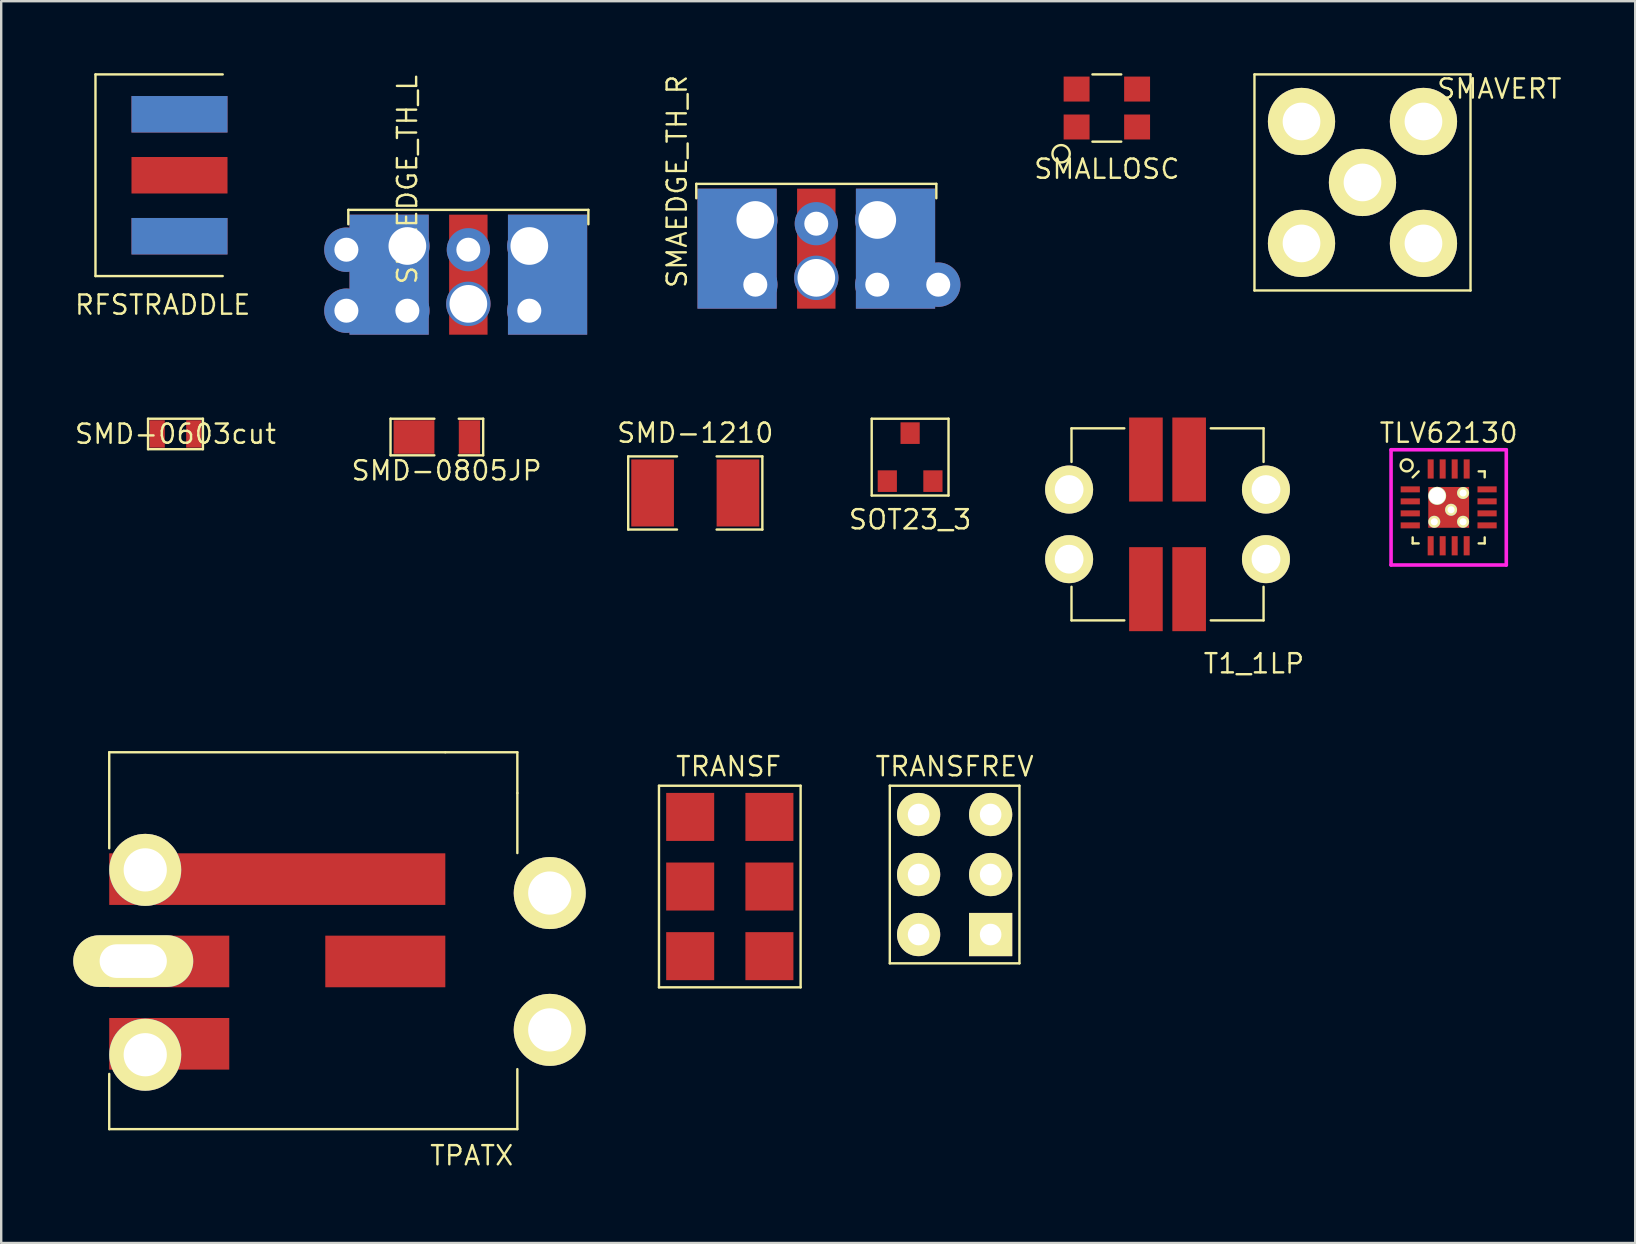
<source format=kicad_pcb>
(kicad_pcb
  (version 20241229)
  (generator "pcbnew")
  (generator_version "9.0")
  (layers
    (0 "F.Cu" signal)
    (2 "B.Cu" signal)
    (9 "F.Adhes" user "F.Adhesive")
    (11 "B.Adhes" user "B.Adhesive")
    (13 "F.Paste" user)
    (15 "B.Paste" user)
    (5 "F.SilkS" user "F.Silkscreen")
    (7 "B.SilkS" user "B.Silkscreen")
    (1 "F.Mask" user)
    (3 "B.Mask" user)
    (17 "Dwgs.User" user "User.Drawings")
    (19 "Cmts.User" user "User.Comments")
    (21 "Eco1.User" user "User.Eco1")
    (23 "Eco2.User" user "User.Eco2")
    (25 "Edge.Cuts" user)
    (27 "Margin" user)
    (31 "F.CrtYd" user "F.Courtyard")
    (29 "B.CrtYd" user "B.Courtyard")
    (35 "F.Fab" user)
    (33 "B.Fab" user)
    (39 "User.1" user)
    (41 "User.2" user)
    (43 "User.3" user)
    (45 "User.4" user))
  (footprint "TPATX"
    (layer "F.Cu")
    (at 8.5 35.285)
    (property "Reference" "TPATX" (at 8.1 9.8 0) (layer "F.SilkS") (effects (font (size 0.8 0.8) (thickness 0.1))))
    (attr through_hole)
    (fp_line (start -7 -7) (end 7 -7) (stroke (width 0.1) (type solid)) (layer "F.SilkS"))
    (fp_line (start -7 -3) (end -7 -7) (stroke (width 0.1) (type solid)) (layer "F.SilkS"))
    (fp_line (start -7 6.4) (end -7 8.7) (stroke (width 0.1) (type solid)) (layer "F.SilkS"))
    (fp_line (start -7 8.7) (end 10 8.7) (stroke (width 0.1) (type solid)) (layer "F.SilkS"))
    (fp_line (start 7 -7) (end 10 -7) (stroke (width 0.1) (type solid)) (layer "F.SilkS"))
    (fp_line (start 10 -7) (end 10 -5.3) (stroke (width 0.1) (type solid)) (layer "F.SilkS"))
    (fp_line (start 10 -5.3) (end 10 -2.8) (stroke (width 0.1) (type solid)) (layer "F.SilkS"))
    (fp_line (start 10 8.7) (end 10 6.2) (stroke (width 0.1) (type solid)) (layer "F.SilkS"))
    (pad "1" thru_hole circle (at -5.5 -2.1) (size 3 3) (drill 1.8) (layers "*.Cu" "*.Mask" "F.SilkS"))
    (pad "1" smd rect (at 0 -1.715) (size 14 2.15) (layers "F.Cu" "F.Mask" "F.Paste"))
    (pad "2" thru_hole oval (at -6 1.7) (size 5 2.15) (drill oval 2.8 1.4) (layers "*.Cu" "*.Mask" "F.SilkS"))
    (pad "2" smd rect (at -4.5 1.715) (size 5 2.15) (layers "F.Cu" "F.Mask" "F.Paste"))
    (pad "3" thru_hole circle (at -5.5 5.6) (size 3 3) (drill 1.8) (layers "*.Cu" "*.Mask" "F.SilkS"))
    (pad "3" smd rect (at -4.5 5.145) (size 5 2.15) (layers "F.Cu" "F.Mask" "F.Paste"))
    (pad "4" thru_hole circle (at 11.35 4.565) (size 3 3) (drill 1.8) (layers "*.Cu" "*.Mask" "F.SilkS"))
    (pad "5" smd rect (at 4.5 1.715) (size 5 2.15) (layers "F.Cu" "F.Mask" "F.Paste"))
    (pad "5" thru_hole circle (at 11.35 -1.135) (size 3 3) (drill 1.8) (layers "*.Cu" "*.Mask" "F.SilkS")))
  (footprint "T1_1LP"
    (layer "F.Cu")
    (at 45.584 18.792)
    (property "Reference" "T1_1LP" (at 3.6 5.8 0) (layer "F.SilkS") (effects (font (size 0.8 0.8) (thickness 0.1))))
    (attr through_hole)
    (fp_line (start -4 -4) (end -4 -2.6) (stroke (width 0.1) (type solid)) (layer "F.SilkS"))
    (fp_line (start -4 2.6) (end -4 4) (stroke (width 0.1) (type solid)) (layer "F.SilkS"))
    (fp_line (start -4 4) (end -1.8 4) (stroke (width 0.1) (type solid)) (layer "F.SilkS"))
    (fp_line (start -1.8 -4) (end -4 -4) (stroke (width 0.1) (type solid)) (layer "F.SilkS"))
    (fp_line (start 1.8 4) (end 4 4) (stroke (width 0.1) (type solid)) (layer "F.SilkS"))
    (fp_line (start 4 -4) (end 1.8 -4) (stroke (width 0.1) (type solid)) (layer "F.SilkS"))
    (fp_line (start 4 -2.6) (end 4 -4) (stroke (width 0.1) (type solid)) (layer "F.SilkS"))
    (fp_line (start 4 4) (end 4 2.6) (stroke (width 0.1) (type solid)) (layer "F.SilkS"))
    (pad "1" thru_hole circle (at -4.1 1.45) (size 2 2) (drill 1.2) (layers "*.Cu" "*.Mask" "F.SilkS"))
    (pad "1" smd rect (at -0.9 2.7) (size 1.4 3.5) (layers "F.Cu" "F.Mask" "F.Paste"))
    (pad "2" thru_hole circle (at -4.1 -1.45) (size 2 2) (drill 1.2) (layers "*.Cu" "*.Mask" "F.SilkS"))
    (pad "2" smd rect (at 0.9 -2.7) (size 1.4 3.5) (layers "F.Cu" "F.Mask" "F.Paste"))
    (pad "3" smd rect (at -0.9 -2.7) (size 1.4 3.5) (layers "F.Cu" "F.Mask" "F.Paste"))
    (pad "3" thru_hole circle (at 4.1 -1.45) (size 2 2) (drill 1.2) (layers "*.Cu" "*.Mask" "F.SilkS"))
    (pad "4" smd rect (at 0.9 2.7) (size 1.4 3.5) (layers "F.Cu" "F.Mask" "F.Paste"))
    (pad "4" thru_hole circle (at 4.1 1.45) (size 2 2) (drill 1.2) (layers "*.Cu" "*.Mask" "F.SilkS")))
  (footprint "TRANSF"
    (layer "F.Cu")
    (at 25.5 36.979)
    (property "Reference" "TRANSF" (at 1.8 -8.1 0) (layer "F.SilkS") (effects (font (size 0.8 0.8) (thickness 0.1))))
    (attr through_hole)
    (fp_line (start -1.1 -7.3) (end -1.1 1.1) (stroke (width 0.1) (type solid)) (layer "F.SilkS"))
    (fp_line (start -1.1 -7.3) (end 4.8 -7.3) (stroke (width 0.1) (type solid)) (layer "F.SilkS"))
    (fp_line (start 4.8 -7.3) (end 4.8 1.1) (stroke (width 0.1) (type solid)) (layer "F.SilkS"))
    (fp_line (start 4.8 1.1) (end -1.1 1.1) (stroke (width 0.1) (type solid)) (layer "F.SilkS"))
    (pad "1" smd rect (at 0.2 -0.2) (size 2 2) (layers "F.Cu" "F.Mask" "F.Paste"))
    (pad "2" smd rect (at 0.2 -3.1) (size 2 2) (layers "F.Cu" "F.Mask" "F.Paste"))
    (pad "3" smd rect (at 3.5 -0.2) (size 2 2) (layers "F.Cu" "F.Mask" "F.Paste"))
    (pad "4" smd rect (at 0.2 -6) (size 2 2) (layers "F.Cu" "F.Mask" "F.Paste"))
    (pad "5" smd rect (at 3.5 -6) (size 2 2) (layers "F.Cu" "F.Mask" "F.Paste"))
    (pad "6" smd rect (at 3.5 -3.1) (size 2 2) (layers "F.Cu" "F.Mask" "F.Paste")))
  (footprint "TLV62130"
    (layer "F.Cu")
    (at 57.295 18.085)
    (property "Reference" "TLV62130" (at 0 -3.1 0) (layer "F.SilkS") (effects (font (size 0.8 0.8) (thickness 0.1))))
    (attr through_hole)
    (fp_line (start -1.5 -1.25) (end -1.25 -1.5) (stroke (width 0.1) (type solid)) (layer "F.SilkS"))
    (fp_line (start -1.5 1.5) (end -1.5 1.25) (stroke (width 0.1) (type solid)) (layer "F.SilkS"))
    (fp_line (start -1.25 1.5) (end -1.5 1.5) (stroke (width 0.1) (type solid)) (layer "F.SilkS"))
    (fp_line (start 1.25 -1.5) (end 1.5 -1.5) (stroke (width 0.1) (type solid)) (layer "F.SilkS"))
    (fp_line (start 1.25 1.5) (end 1.5 1.5) (stroke (width 0.1) (type solid)) (layer "F.SilkS"))
    (fp_line (start 1.5 -1.5) (end 1.5 -1.25) (stroke (width 0.1) (type solid)) (layer "F.SilkS"))
    (fp_line (start 1.5 1.5) (end 1.5 1.25) (stroke (width 0.1) (type solid)) (layer "F.SilkS"))
    (fp_circle (center -1.75 -1.75) (end -1.75 -1.5) (stroke (width 0.1) (type solid)) (fill no) (layer "F.SilkS"))
    (fp_line (start -2.4 -2.4) (end 2.4 -2.4) (stroke (width 0.15) (type solid)) (layer "F.CrtYd"))
    (fp_line (start -2.4 2.4) (end -2.4 -2.4) (stroke (width 0.15) (type solid)) (layer "F.CrtYd"))
    (fp_line (start 2.4 -2.4) (end 2.4 2.4) (stroke (width 0.15) (type solid)) (layer "F.CrtYd"))
    (fp_line (start 2.4 2.4) (end -2.4 2.4) (stroke (width 0.15) (type solid)) (layer "F.CrtYd"))
    (pad "1" smd rect (at -1.6 -0.75 90) (size 0.25 0.8) (layers "F.Cu" "F.Mask" "F.Paste"))
    (pad "2" smd rect (at -1.6 -0.25 90) (size 0.25 0.8) (layers "F.Cu" "F.Mask" "F.Paste"))
    (pad "3" smd rect (at -1.6 0.25 90) (size 0.25 0.8) (layers "F.Cu" "F.Mask" "F.Paste"))
    (pad "4" smd rect (at -1.6 0.75 90) (size 0.25 0.8) (layers "F.Cu" "F.Mask" "F.Paste"))
    (pad "5" smd rect (at -0.75 1.6) (size 0.25 0.8) (layers "F.Cu" "F.Mask" "F.Paste"))
    (pad "6" smd rect (at -0.25 1.6) (size 0.25 0.8) (layers "F.Cu" "F.Mask" "F.Paste"))
    (pad "7" smd rect (at 0.25 1.6) (size 0.25 0.8) (layers "F.Cu" "F.Mask" "F.Paste"))
    (pad "8" smd rect (at 0.75 1.6) (size 0.25 0.8) (layers "F.Cu" "F.Mask" "F.Paste"))
    (pad "9" smd rect (at 1.6 0.75 90) (size 0.25 0.8) (layers "F.Cu" "F.Mask" "F.Paste"))
    (pad "10" smd rect (at 1.6 0.25 90) (size 0.25 0.8) (layers "F.Cu" "F.Mask" "F.Paste"))
    (pad "11" smd rect (at 1.6 -0.25 90) (size 0.25 0.8) (layers "F.Cu" "F.Mask" "F.Paste"))
    (pad "12" smd rect (at 1.6 -0.75 90) (size 0.25 0.8) (layers "F.Cu" "F.Mask" "F.Paste"))
    (pad "13" smd rect (at 0.75 -1.6) (size 0.25 0.8) (layers "F.Cu" "F.Mask" "F.Paste"))
    (pad "14" smd rect (at 0.25 -1.6) (size 0.25 0.8) (layers "F.Cu" "F.Mask" "F.Paste"))
    (pad "15" smd rect (at -0.25 -1.6) (size 0.25 0.8) (layers "F.Cu" "F.Mask" "F.Paste"))
    (pad "16" smd rect (at -0.75 -1.6) (size 0.25 0.8) (layers "F.Cu" "F.Mask" "F.Paste"))
    (pad "17" thru_hole circle (at -0.6 0.6) (size 0.5 0.5) (drill 0.3) (layers "*.Cu" "*.Mask" "F.SilkS"))
    (pad "17" thru_hole circle (at -0.48 -0.48) (size 0.75 0.75) (drill 0.7) (layers "*.Cu" "*.Mask" "F.SilkS"))
    (pad "17" smd rect (at -0.425 -0.425) (size 0.6 0.6) (layers "F.Cu" "F.Mask" "B.Paste"))
    (pad "17" smd rect (at -0.425 0.425) (size 0.6 0.6) (layers "F.Cu" "F.Mask" "B.Paste"))
    (pad "17" smd rect (at 0 0) (size 1.7 1.7) (layers "F.Cu" "F.Mask"))
    (pad "17" thru_hole circle (at 0.1 0.1) (size 0.5 0.5) (drill 0.3) (layers "*.Cu" "*.Mask" "F.SilkS"))
    (pad "17" smd rect (at 0.425 -0.425) (size 0.6 0.6) (layers "F.Cu" "F.Mask" "B.Paste"))
    (pad "17" smd rect (at 0.425 0.425) (size 0.6 0.6) (layers "F.Cu" "F.Mask" "B.Paste"))
    (pad "17" thru_hole circle (at 0.6 -0.6) (size 0.5 0.5) (drill 0.3) (layers "*.Cu" "*.Mask" "F.SilkS"))
    (pad "17" thru_hole circle (at 0.6 0.6) (size 0.5 0.5) (drill 0.3) (layers "*.Cu" "*.Mask" "F.SilkS")))
  (footprint "SMAVERT"
    (layer "F.Cu")
    (at 53.705 4.55)
    (property "Reference" "SMAVERT" (at 5.7 -3.9 0) (layer "F.SilkS") (effects (font (size 0.8 0.8) (thickness 0.1))))
    (attr through_hole)
    (fp_line (start -4.5 -4.5) (end -4.5 4.5) (stroke (width 0.1) (type solid)) (layer "F.SilkS"))
    (fp_line (start -4.5 4.5) (end 4.5 4.5) (stroke (width 0.1) (type solid)) (layer "F.SilkS"))
    (fp_line (start 4.5 -4.5) (end -4.5 -4.5) (stroke (width 0.1) (type solid)) (layer "F.SilkS"))
    (fp_line (start 4.5 4.5) (end 4.5 -4.5) (stroke (width 0.1) (type solid)) (layer "F.SilkS"))
    (pad "1" thru_hole circle (at 0 0) (size 2.8 2.8) (drill 1.57) (layers "*.Cu" "*.Mask" "F.SilkS"))
    (pad "2" thru_hole circle (at -2.54 -2.54) (size 2.8 2.8) (drill 1.57) (layers "*.Cu" "*.Mask" "F.SilkS"))
    (pad "2" thru_hole circle (at -2.54 2.54) (size 2.8 2.8) (drill 1.57) (layers "*.Cu" "*.Mask" "F.SilkS"))
    (pad "2" thru_hole circle (at 2.54 -2.54) (size 2.8 2.8) (drill 1.57) (layers "*.Cu" "*.Mask" "F.SilkS"))
    (pad "2" thru_hole circle (at 2.54 2.54) (size 2.8 2.8) (drill 1.57) (layers "*.Cu" "*.Mask" "F.SilkS")))
  (footprint "SMALLOSC"
    (layer "F.Cu")
    (at 43.056 1.45)
    (property "Reference" "SMALLOSC" (at 0 2.54 0) (layer "F.SilkS") (effects (font (size 0.8 0.8) (thickness 0.1))))
    (attr through_hole)
    (fp_line (start -0.6 -1.4) (end 0.6 -1.4) (stroke (width 0.1) (type solid)) (layer "F.SilkS"))
    (fp_line (start -0.6 1.4) (end 0.6 1.4) (stroke (width 0.1) (type solid)) (layer "F.SilkS"))
    (fp_circle (center -1.905 1.905) (end -1.544 1.905) (stroke (width 0.1) (type solid)) (fill no) (layer "F.SilkS"))
    (pad "1" smd rect (at -1.26 0.79) (size 1.08 1.04) (layers "F.Cu" "F.Mask" "F.Paste"))
    (pad "2" smd rect (at 1.26 0.79) (size 1.08 1.04) (layers "F.Cu" "F.Mask" "F.Paste"))
    (pad "3" smd rect (at 1.26 -0.79) (size 1.08 1.04) (layers "F.Cu" "F.Mask" "F.Paste"))
    (pad "4" smd rect (at -1.26 -0.79) (size 1.08 1.04) (layers "F.Cu" "F.Mask" "F.Paste")))
  (footprint "SMD-0805JP"
    (layer "F.Cu")
    (at 15.553 15.154)
    (property "Reference" "SMD-0805JP" (at 0 1.4 0) (layer "F.SilkS") (effects (font (size 0.8 0.8) (thickness 0.1))))
    (attr smd)
    (fp_line (start -2.335 -0.762) (end -0.508 -0.762) (stroke (width 0.1) (type solid)) (layer "F.SilkS"))
    (fp_line (start -2.335 0.762) (end -2.335 -0.762) (stroke (width 0.1) (type solid)) (layer "F.SilkS"))
    (fp_line (start -0.508 0.762) (end -2.335 0.762) (stroke (width 0.1) (type solid)) (layer "F.SilkS"))
    (fp_line (start 0.508 -0.762) (end 1.524 -0.762) (stroke (width 0.1) (type solid)) (layer "F.SilkS"))
    (fp_line (start 1.524 -0.762) (end 1.524 0.762) (stroke (width 0.1) (type solid)) (layer "F.SilkS"))
    (fp_line (start 1.524 0.762) (end 0.508 0.762) (stroke (width 0.1) (type solid)) (layer "F.SilkS"))
    (pad "1" smd rect (at -1.358 0) (size 1.7 1.397) (layers "F.Cu" "F.Mask" "F.Paste"))
    (pad "2" smd rect (at 0.953 0) (size 0.889 1.397) (layers "F.Cu" "F.Mask" "F.Paste")))
  (footprint "SMAEDGE_TH_R"
    (layer "F.Cu")
    (at 30.953 10.008)
    (property "Reference" "SMAEDGE_TH_R" (at -5.8 -5.5 90) (layer "F.SilkS") (effects (font (size 0.8 0.8) (thickness 0.1))))
    (attr through_hole)
    (fp_line (start -5 -5.4) (end -5 -4.8) (stroke (width 0.1) (type solid)) (layer "F.SilkS"))
    (fp_line (start -5 -5.4) (end 5 -5.4) (stroke (width 0.1) (type solid)) (layer "F.SilkS"))
    (fp_line (start 5 -5.4) (end 5 -4.8) (stroke (width 0.1) (type solid)) (layer "F.SilkS"))
    (pad "1" thru_hole circle (at 0 -3.74) (size 1.8 1.8) (drill 1) (layers "*.Cu" "*.Mask"))
    (pad "1" smd rect (at 0 -2.7) (size 1.6 5) (layers "F.Cu" "F.Mask"))
    (pad "1" thru_hole circle (at 0 -1.485) (size 1.85 1.85) (drill 1.57) (layers "*.Cu" "*.Mask"))
    (pad "2" smd rect (at -3.3 -2.7) (size 3.3 5) (layers "F.Cu" "F.Mask"))
    (pad "2" smd rect (at -3.3 -2.7) (size 3.3 5) (layers "B.Cu" "B.Mask"))
    (pad "2" thru_hole circle (at -2.54 -3.895) (size 1.85 1.85) (drill 1.57) (layers "*.Cu" "*.Mask"))
    (pad "2" thru_hole circle (at -2.54 -1.2) (size 1.85 1.85) (drill 1) (layers "*.Cu" "*.Mask"))
    (pad "2" thru_hole circle (at 2.54 -3.895) (size 1.85 1.85) (drill 1.57) (layers "*.Cu" "*.Mask"))
    (pad "2" thru_hole circle (at 2.54 -1.2) (size 1.85 1.85) (drill 1) (layers "*.Cu" "*.Mask"))
    (pad "2" smd rect (at 3.3 -2.7) (size 3.3 5) (layers "F.Cu" "F.Mask"))
    (pad "2" smd rect (at 3.3 -2.7) (size 3.3 5) (layers "B.Cu" "B.Mask"))
    (pad "2" thru_hole circle (at 5.08 -1.2) (size 1.85 1.85) (drill 1) (layers "*.Cu" "*.Mask")))
  (footprint "SMD-0603cut"
    (layer "F.Cu")
    (at 4.26 15.027)
    (property "Reference" "SMD-0603cut" (at 0 0 0) (layer "F.SilkS") (effects (font (size 0.8 0.8) (thickness 0.1))))
    (attr smd)
    (fp_line (start -1.143 -0.635) (end 1.143 -0.635) (stroke (width 0.1) (type solid)) (layer "F.SilkS"))
    (fp_line (start -1.143 0.635) (end -1.143 -0.635) (stroke (width 0.1) (type solid)) (layer "F.SilkS"))
    (fp_line (start 1.143 -0.635) (end 1.143 0.635) (stroke (width 0.1) (type solid)) (layer "F.SilkS"))
    (fp_line (start 1.143 0.635) (end -1.143 0.635) (stroke (width 0.1) (type solid)) (layer "F.SilkS"))
    (pad "1" smd rect (at -0.762 0) (size 0.635 1.143) (layers "F.Cu" "F.Mask" "F.Paste"))
    (pad "1" smd rect (at 0.762 0) (size 0.635 1.143) (layers "F.Cu" "F.Mask" "F.Paste")))
  (footprint "SMAEDGE_TH_L"
    (layer "F.Cu")
    (at 16.459 11.092)
    (property "Reference" "SMAEDGE_TH_L" (at -2.54 -6.66 90) (layer "F.SilkS") (effects (font (size 0.8 0.8) (thickness 0.1))))
    (attr through_hole)
    (fp_line (start -5 -5.4) (end -5 -4.8) (stroke (width 0.1) (type solid)) (layer "F.SilkS"))
    (fp_line (start -5 -5.4) (end 5 -5.4) (stroke (width 0.1) (type solid)) (layer "F.SilkS"))
    (fp_line (start 5 -5.4) (end 5 -4.8) (stroke (width 0.1) (type solid)) (layer "F.SilkS"))
    (pad "1" thru_hole circle (at 0 -3.74) (size 1.8 1.8) (drill 1) (layers "*.Cu" "*.Mask"))
    (pad "1" smd rect (at 0 -2.7) (size 1.6 5) (layers "F.Cu" "F.Mask"))
    (pad "1" thru_hole circle (at 0 -1.485) (size 1.85 1.85) (drill 1.57) (layers "*.Cu" "*.Mask"))
    (pad "2" thru_hole circle (at -5.08 -3.74) (size 1.85 1.85) (drill 1) (layers "*.Cu" "*.Mask"))
    (pad "2" thru_hole circle (at -5.08 -1.2) (size 1.85 1.85) (drill 1) (layers "*.Cu" "*.Mask"))
    (pad "2" smd rect (at -3.3 -2.7) (size 3.3 5) (layers "F.Cu" "F.Mask"))
    (pad "2" smd rect (at -3.3 -2.7) (size 3.3 5) (layers "B.Cu" "B.Mask"))
    (pad "2" thru_hole circle (at -2.54 -3.895) (size 1.85 1.85) (drill 1.57) (layers "*.Cu" "*.Mask"))
    (pad "2" thru_hole circle (at -2.54 -1.2) (size 1.85 1.85) (drill 1) (layers "*.Cu" "*.Mask"))
    (pad "2" thru_hole circle (at 2.54 -3.895) (size 1.85 1.85) (drill 1.57) (layers "*.Cu" "*.Mask"))
    (pad "2" thru_hole circle (at 2.54 -1.2) (size 1.85 1.85) (drill 1) (layers "*.Cu" "*.Mask"))
    (pad "2" smd rect (at 3.3 -2.7) (size 3.3 5) (layers "F.Cu" "F.Mask"))
    (pad "2" smd rect (at 3.3 -2.7) (size 3.3 5) (layers "B.Cu" "B.Mask")))
  (footprint "SMD-1210"
    (layer "F.Cu")
    (at 25.912 17.485)
    (property "Reference" "SMD-1210" (at 0 -2.5 0) (layer "F.SilkS") (effects (font (size 0.8 0.8) (thickness 0.1))))
    (attr smd)
    (fp_line (start -2.794 -1.524) (end -2.794 1.524) (stroke (width 0.1) (type solid)) (layer "F.SilkS"))
    (fp_line (start -2.794 1.524) (end -0.762 1.524) (stroke (width 0.1) (type solid)) (layer "F.SilkS"))
    (fp_line (start -0.762 -1.524) (end -2.794 -1.524) (stroke (width 0.1) (type solid)) (layer "F.SilkS"))
    (fp_line (start 0.889 1.524) (end 2.794 1.524) (stroke (width 0.1) (type solid)) (layer "F.SilkS"))
    (fp_line (start 2.794 -1.524) (end 0.889 -1.524) (stroke (width 0.1) (type solid)) (layer "F.SilkS"))
    (fp_line (start 2.794 1.524) (end 2.794 -1.524) (stroke (width 0.1) (type solid)) (layer "F.SilkS"))
    (pad "1" smd rect (at -1.778 0) (size 1.778 2.794) (layers "F.Cu" "F.Mask" "F.Paste"))
    (pad "2" smd rect (at 1.778 0) (size 1.778 2.794) (layers "F.Cu" "F.Mask" "F.Paste")))
  (footprint "SOT23_3"
    (layer "F.Cu")
    (at 34.861 16.992)
    (property "Reference" "SOT23_3" (at 0 1.6 0) (layer "F.SilkS") (effects (font (size 0.8 0.8) (thickness 0.1))))
    (attr through_hole)
    (fp_line (start -1.6 -2.6) (end -1.6 0.6) (stroke (width 0.1) (type solid)) (layer "F.SilkS"))
    (fp_line (start -1.6 0.6) (end 1.6 0.6) (stroke (width 0.1) (type solid)) (layer "F.SilkS"))
    (fp_line (start 1.6 -2.6) (end -1.6 -2.6) (stroke (width 0.1) (type solid)) (layer "F.SilkS"))
    (fp_line (start 1.6 0.6) (end 1.6 -2.6) (stroke (width 0.1) (type solid)) (layer "F.SilkS"))
    (pad "1" smd rect (at -0.95 0) (size 0.8 0.9) (layers "F.Cu" "F.Mask" "F.Paste"))
    (pad "2" smd rect (at 0.95 0) (size 0.8 0.9) (layers "F.Cu" "F.Mask" "F.Paste"))
    (pad "3" smd rect (at 0 -2) (size 0.8 0.9) (layers "F.Cu" "F.Mask" "F.Paste")))
  (footprint "RFSTRADDLE"
    (layer "F.Cu")
    (at 4.427 4.25)
    (property "Reference" "RFSTRADDLE" (at -0.7 5.4 0) (layer "F.SilkS") (effects (font (size 0.8 0.8) (thickness 0.1))))
    (attr through_hole)
    (fp_line (start -3.5 -4.2) (end -3.5 4.2) (stroke (width 0.1) (type solid)) (layer "F.SilkS"))
    (fp_line (start 1.8 -4.2) (end -3.5 -4.2) (stroke (width 0.1) (type solid)) (layer "F.SilkS"))
    (fp_line (start 1.8 4.2) (end -3.5 4.2) (stroke (width 0.1) (type solid)) (layer "F.SilkS"))
    (pad "1" smd rect (at 0 0) (size 4 1.52) (layers "F.Cu" "F.Mask" "F.Paste"))
    (pad "2" smd rect (at 0 -2.54) (size 4 1.52) (layers "F.Cu" "F.Mask" "F.Paste"))
    (pad "2" smd rect (at 0 -2.54) (size 4 1.52) (layers "F.Mask" "B.Cu" "F.Paste"))
    (pad "2" smd rect (at 0 2.54) (size 4 1.52) (layers "F.Cu" "F.Mask" "F.Paste"))
    (pad "2" smd rect (at 0 2.54) (size 4 1.52) (layers "F.Mask" "B.Cu" "F.Paste")))
  (footprint "TRANSFREV"
    (layer "F.Cu")
    (at 35.215 35.879)
    (property "Reference" "TRANSFREV" (at 1.5 -7 0) (layer "F.SilkS") (effects (font (size 0.8 0.8) (thickness 0.1))))
    (attr through_hole)
    (fp_line (start -1.2 -6.2) (end 4.2 -6.2) (stroke (width 0.1) (type solid)) (layer "F.SilkS"))
    (fp_line (start -1.2 1.2) (end -1.2 -6.2) (stroke (width 0.1) (type solid)) (layer "F.SilkS"))
    (fp_line (start 4.2 -6.2) (end 4.2 1.2) (stroke (width 0.1) (type solid)) (layer "F.SilkS"))
    (fp_line (start 4.2 1.2) (end -1.2 1.2) (stroke (width 0.1) (type solid)) (layer "F.SilkS"))
    (pad "1" thru_hole rect (at 3 0) (size 1.8 1.8) (drill 0.9) (layers "*.Cu" "*.Mask" "F.SilkS"))
    (pad "2" thru_hole circle (at 0 0) (size 1.8 1.8) (drill 0.9) (layers "*.Cu" "*.Mask" "F.SilkS"))
    (pad "3" thru_hole circle (at 3 -2.5) (size 1.8 1.8) (drill 0.9) (layers "*.Cu" "*.Mask" "F.SilkS"))
    (pad "4" thru_hole circle (at 0 -2.5) (size 1.8 1.8) (drill 0.9) (layers "*.Cu" "*.Mask" "F.SilkS"))
    (pad "5" thru_hole circle (at 3 -5) (size 1.8 1.8) (drill 0.9) (layers "*.Cu" "*.Mask" "F.SilkS"))
    (pad "6" thru_hole circle (at 0 -5) (size 1.8 1.8) (drill 0.9) (layers "*.Cu" "*.Mask" "F.SilkS")))
  (gr_rect
    (start -3 -3)
    (end 65.065 48.729)
    (stroke (width 0.1) (type default))
    (fill no)
    (layer "Edge.Cuts")))
</source>
